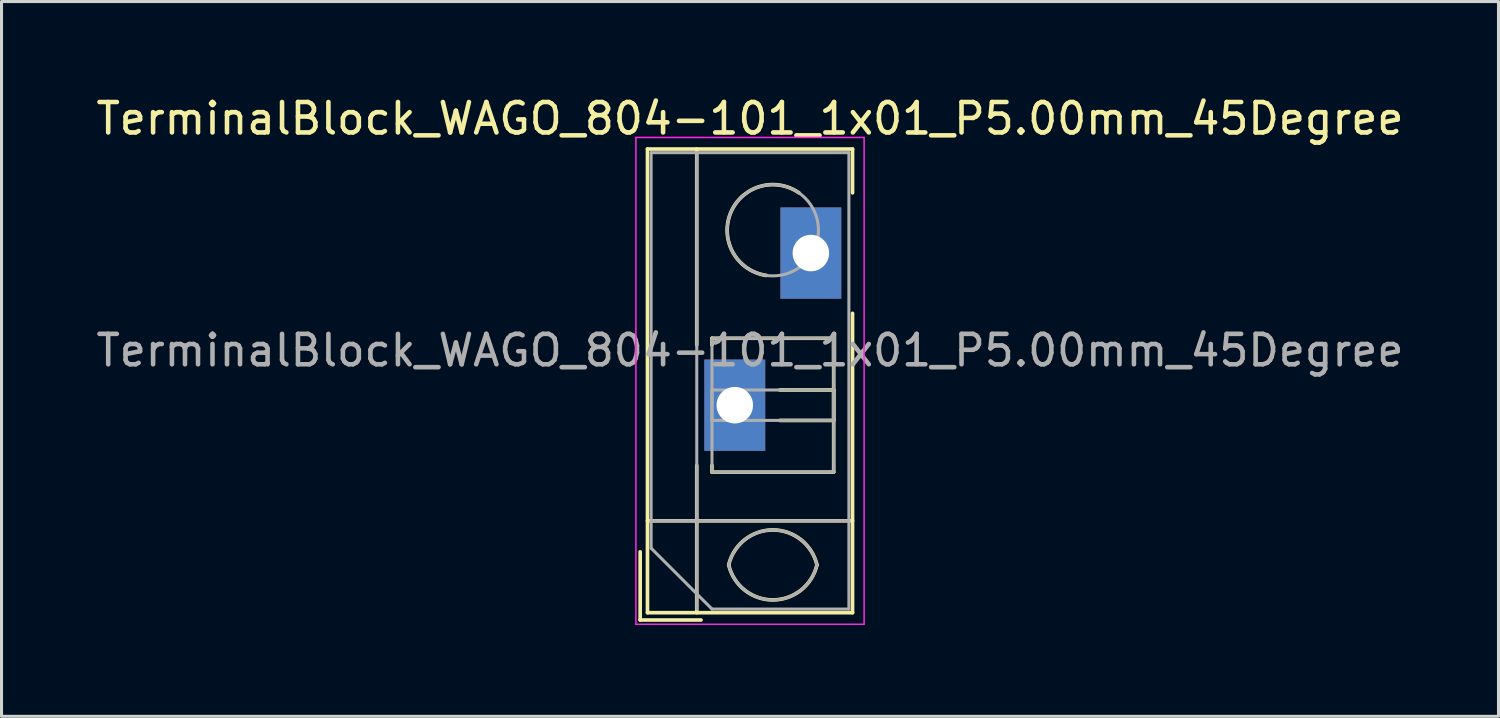
<source format=kicad_pcb>
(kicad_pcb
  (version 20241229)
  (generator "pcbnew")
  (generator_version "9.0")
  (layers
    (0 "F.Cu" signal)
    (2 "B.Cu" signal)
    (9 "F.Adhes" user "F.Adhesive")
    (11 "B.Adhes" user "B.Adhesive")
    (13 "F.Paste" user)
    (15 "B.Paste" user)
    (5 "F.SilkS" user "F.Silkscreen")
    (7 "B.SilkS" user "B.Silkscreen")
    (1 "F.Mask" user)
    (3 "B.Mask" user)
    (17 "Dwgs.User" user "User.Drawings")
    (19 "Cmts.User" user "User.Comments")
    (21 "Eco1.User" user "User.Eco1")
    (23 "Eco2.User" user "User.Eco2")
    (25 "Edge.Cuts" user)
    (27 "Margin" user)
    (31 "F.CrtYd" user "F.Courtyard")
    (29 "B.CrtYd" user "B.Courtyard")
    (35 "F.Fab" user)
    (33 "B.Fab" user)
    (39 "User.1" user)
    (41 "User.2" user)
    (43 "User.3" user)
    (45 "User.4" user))
  (footprint "TerminalBlock_WAGO_804-101_1x01_P5.00mm_45Degree"
    (layer "F.Cu")
    (at 21.101 10.268)
    (property "Reference" "TerminalBlock_WAGO_804-101_1x01_P5.00mm_45Degree" (at 0.5 -9.42 0) (layer "F.SilkS") (effects (font (size 1 1) (thickness 0.15))))
    (attr through_hole)
    (fp_line (start -3.11 4.82) (end -3.11 7.06) (stroke (width 0.12) (type solid)) (layer "F.SilkS"))
    (fp_line (start -3.11 7.06) (end -1.11 7.06) (stroke (width 0.12) (type solid)) (layer "F.SilkS"))
    (fp_line (start -2.87 -8.42) (end -2.87 6.82) (stroke (width 0.12) (type solid)) (layer "F.SilkS"))
    (fp_line (start -2.87 -8.42) (end 3.87 -8.42) (stroke (width 0.12) (type solid)) (layer "F.SilkS"))
    (fp_line (start -2.87 3.8) (end 3.87 3.8) (stroke (width 0.12) (type solid)) (layer "F.SilkS"))
    (fp_line (start -2.87 6.82) (end 3.87 6.82) (stroke (width 0.12) (type solid)) (layer "F.SilkS"))
    (fp_line (start -1.25 -8.42) (end -1.25 -1.98) (stroke (width 0.12) (type solid)) (layer "F.SilkS"))
    (fp_line (start -1.25 1.98) (end -1.25 6.82) (stroke (width 0.12) (type solid)) (layer "F.SilkS"))
    (fp_line (start -0.75 -2.2) (end -0.75 -1.98) (stroke (width 0.12) (type solid)) (layer "F.SilkS"))
    (fp_line (start -0.75 -2.2) (end 3.25 -2.2) (stroke (width 0.12) (type solid)) (layer "F.SilkS"))
    (fp_line (start -0.75 1.98) (end -0.75 2.2) (stroke (width 0.12) (type solid)) (layer "F.SilkS"))
    (fp_line (start -0.75 2.2) (end 3.25 2.2) (stroke (width 0.12) (type solid)) (layer "F.SilkS"))
    (fp_line (start 1.48 -0.5) (end 3.25 -0.5) (stroke (width 0.12) (type solid)) (layer "F.SilkS"))
    (fp_line (start 1.48 0.5) (end 3.25 0.5) (stroke (width 0.12) (type solid)) (layer "F.SilkS"))
    (fp_line (start 3.25 -2.2) (end 3.25 2.2) (stroke (width 0.12) (type solid)) (layer "F.SilkS"))
    (fp_line (start 3.25 -0.5) (end 3.25 0.5) (stroke (width 0.12) (type solid)) (layer "F.SilkS"))
    (fp_line (start 3.87 -8.42) (end 3.87 -6.98) (stroke (width 0.12) (type solid)) (layer "F.SilkS"))
    (fp_line (start 3.87 -3.02) (end 3.87 6.82) (stroke (width 0.12) (type solid)) (layer "F.SilkS"))
    (fp_arc (start -0.200865 5.250424) (mid 1.250296 4.099926) (end 2.701 5.251) (stroke (width 0.12) (type solid)) (layer "F.SilkS"))
    (fp_arc (start 1.040798 -4.264067) (mid -0.146039 -6.300306) (end 2.111 -6.979) (stroke (width 0.12) (type solid)) (layer "F.SilkS"))
    (fp_arc (start 2.7 5.25) (mid 1.250068 6.400101) (end -0.199969 5.250133) (stroke (width 0.12) (type solid)) (layer "F.SilkS"))
    (fp_line (start -3.25 -8.8) (end -3.25 7.2) (stroke (width 0.05) (type solid)) (layer "F.CrtYd"))
    (fp_line (start -3.25 7.2) (end 4.25 7.2) (stroke (width 0.05) (type solid)) (layer "F.CrtYd"))
    (fp_line (start 4.25 -8.8) (end -3.25 -8.8) (stroke (width 0.05) (type solid)) (layer "F.CrtYd"))
    (fp_line (start 4.25 7.2) (end 4.25 -8.8) (stroke (width 0.05) (type solid)) (layer "F.CrtYd"))
    (fp_line (start -2.75 -8.3) (end 3.75 -8.3) (stroke (width 0.1) (type solid)) (layer "F.Fab"))
    (fp_line (start -2.75 3.8) (end 3.75 3.8) (stroke (width 0.1) (type solid)) (layer "F.Fab"))
    (fp_line (start -2.75 4.7) (end -2.75 -8.3) (stroke (width 0.1) (type solid)) (layer "F.Fab"))
    (fp_line (start -1.25 -8.3) (end -1.25 6.7) (stroke (width 0.1) (type solid)) (layer "F.Fab"))
    (fp_line (start -0.75 -2.2) (end -0.75 2.2) (stroke (width 0.1) (type solid)) (layer "F.Fab"))
    (fp_line (start -0.75 -0.5) (end -0.75 0.5) (stroke (width 0.1) (type solid)) (layer "F.Fab"))
    (fp_line (start -0.75 0.5) (end 3.25 0.5) (stroke (width 0.1) (type solid)) (layer "F.Fab"))
    (fp_line (start -0.75 2.2) (end 3.25 2.2) (stroke (width 0.1) (type solid)) (layer "F.Fab"))
    (fp_line (start -0.75 6.7) (end -2.75 4.7) (stroke (width 0.1) (type solid)) (layer "F.Fab"))
    (fp_line (start 3.25 -2.2) (end -0.75 -2.2) (stroke (width 0.1) (type solid)) (layer "F.Fab"))
    (fp_line (start 3.25 -0.5) (end -0.75 -0.5) (stroke (width 0.1) (type solid)) (layer "F.Fab"))
    (fp_line (start 3.25 0.5) (end 3.25 -0.5) (stroke (width 0.1) (type solid)) (layer "F.Fab"))
    (fp_line (start 3.25 2.2) (end 3.25 -2.2) (stroke (width 0.1) (type solid)) (layer "F.Fab"))
    (fp_line (start 3.75 -8.3) (end 3.75 6.7) (stroke (width 0.1) (type solid)) (layer "F.Fab"))
    (fp_line (start 3.75 6.7) (end -0.75 6.7) (stroke (width 0.1) (type solid)) (layer "F.Fab"))
    (fp_arc (start -0.200865 5.250424) (mid 1.250296 4.099926) (end 2.701 5.251) (stroke (width 0.1) (type solid)) (layer "F.Fab"))
    (fp_arc (start 2.7 5.25) (mid 1.250068 6.400101) (end -0.199969 5.250133) (stroke (width 0.1) (type solid)) (layer "F.Fab"))
    (fp_circle (center 1.25 -5.75) (end 2.75 -5.75) (stroke (width 0.1) (type solid)) (fill no) (layer "F.Fab"))
    (fp_text user "${REFERENCE}" (at 0.5 -1.8 0) (layer "F.Fab") (effects (font (size 1 1) (thickness 0.15))))
    (pad "1" thru_hole rect (at 0 0) (size 2 3) (drill 1.2) (layers "*.Cu" "*.Mask"))
    (pad "1" thru_hole rect (at 2.5 -5) (size 2 3) (drill 1.2) (layers "*.Cu" "*.Mask")))
  (gr_rect
    (start -3 -3)
    (end 46.202 20.493)
    (stroke (width 0.1) (type default))
    (fill no)
    (layer "Edge.Cuts")))
</source>
